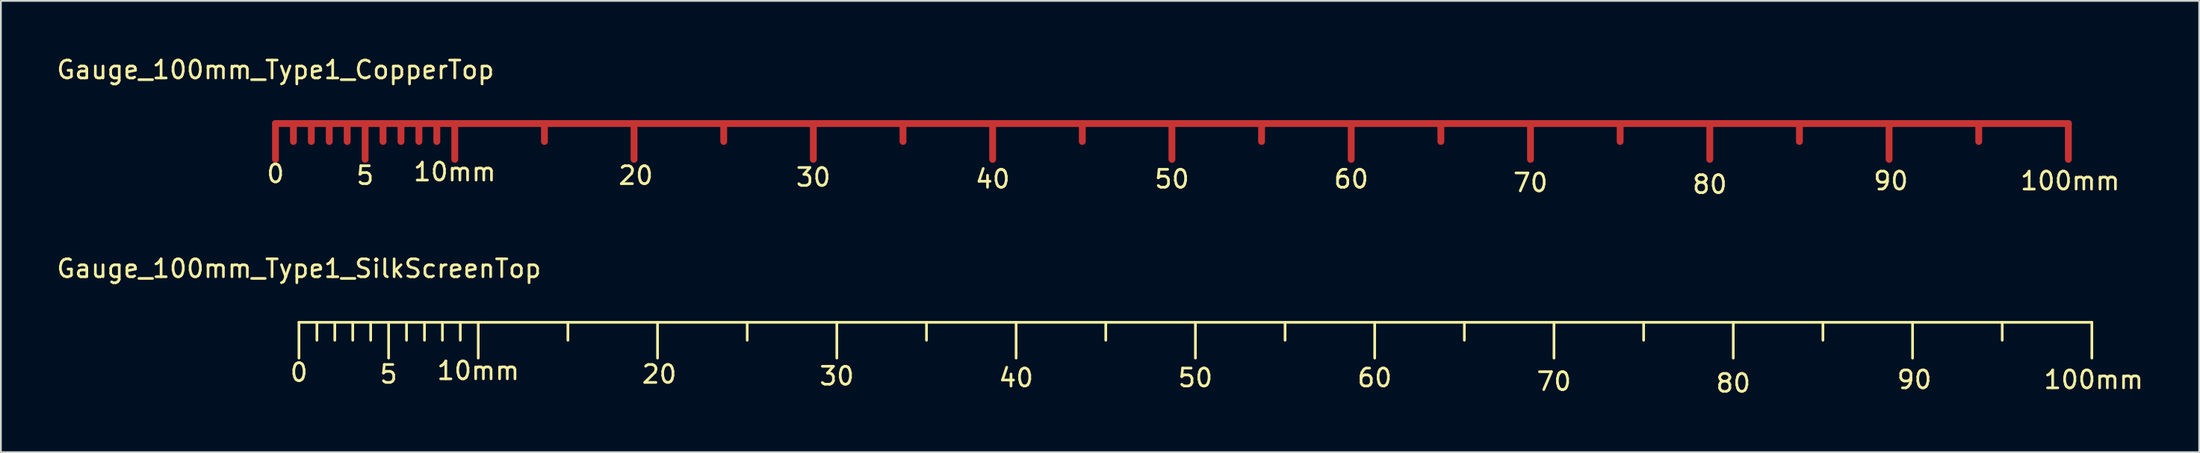
<source format=kicad_pcb>
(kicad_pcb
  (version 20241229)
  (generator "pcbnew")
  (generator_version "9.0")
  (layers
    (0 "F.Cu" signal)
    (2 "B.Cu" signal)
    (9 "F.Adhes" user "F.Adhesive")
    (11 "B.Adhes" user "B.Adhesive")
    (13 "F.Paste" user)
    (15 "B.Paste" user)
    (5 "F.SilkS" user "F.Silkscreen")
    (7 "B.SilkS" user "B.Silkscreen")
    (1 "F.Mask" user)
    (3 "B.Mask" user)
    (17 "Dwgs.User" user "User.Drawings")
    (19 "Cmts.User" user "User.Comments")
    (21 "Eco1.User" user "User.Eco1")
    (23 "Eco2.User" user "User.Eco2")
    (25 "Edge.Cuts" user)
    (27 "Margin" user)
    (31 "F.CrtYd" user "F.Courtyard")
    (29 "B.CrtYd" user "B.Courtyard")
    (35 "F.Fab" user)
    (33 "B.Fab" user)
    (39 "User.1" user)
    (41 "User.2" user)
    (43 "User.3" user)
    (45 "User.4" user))
  (footprint "Gauge_100mm_Type1_CopperTop"
    (layer "F.Cu")
    (at 12.315 3.848)
    (property "Reference" "Gauge_100mm_Type1_CopperTop" (at 0 -3 0) (layer "F.SilkS") (effects (font (size 1 1) (thickness 0.15))))
    (attr through_hole)
    (fp_line (start 0 0) (end 0 1.999) (stroke (width 0.381) (type solid)) (layer "F.Cu"))
    (fp_line (start 0 0) (end 10 0) (stroke (width 0.381) (type solid)) (layer "F.Cu"))
    (fp_line (start 1.001 0) (end 1.001 1.001) (stroke (width 0.381) (type solid)) (layer "F.Cu"))
    (fp_line (start 1.999 0) (end 1.999 1.001) (stroke (width 0.381) (type solid)) (layer "F.Cu"))
    (fp_line (start 3 0) (end 3 1.001) (stroke (width 0.381) (type solid)) (layer "F.Cu"))
    (fp_line (start 4 0) (end 4 1.001) (stroke (width 0.381) (type solid)) (layer "F.Cu"))
    (fp_line (start 5.001 0) (end 5.001 1.999) (stroke (width 0.381) (type solid)) (layer "F.Cu"))
    (fp_line (start 5.999 0) (end 5.999 1.001) (stroke (width 0.381) (type solid)) (layer "F.Cu"))
    (fp_line (start 7 0) (end 7 1.001) (stroke (width 0.381) (type solid)) (layer "F.Cu"))
    (fp_line (start 8.001 0) (end 8.001 1.001) (stroke (width 0.381) (type solid)) (layer "F.Cu"))
    (fp_line (start 8.999 0) (end 8.999 1.001) (stroke (width 0.381) (type solid)) (layer "F.Cu"))
    (fp_line (start 10 0) (end 10 1.999) (stroke (width 0.381) (type solid)) (layer "F.Cu"))
    (fp_line (start 10 0) (end 100 0) (stroke (width 0.381) (type solid)) (layer "F.Cu"))
    (fp_line (start 15.001 0) (end 15.001 1.001) (stroke (width 0.381) (type solid)) (layer "F.Cu"))
    (fp_line (start 20 0) (end 20 1.999) (stroke (width 0.381) (type solid)) (layer "F.Cu"))
    (fp_line (start 25.001 0) (end 25.001 1.001) (stroke (width 0.381) (type solid)) (layer "F.Cu"))
    (fp_line (start 30 0) (end 30 1.999) (stroke (width 0.381) (type solid)) (layer "F.Cu"))
    (fp_line (start 35.001 0) (end 35.001 1.001) (stroke (width 0.381) (type solid)) (layer "F.Cu"))
    (fp_line (start 40 0) (end 40 1.999) (stroke (width 0.381) (type solid)) (layer "F.Cu"))
    (fp_line (start 45.001 0) (end 45.001 1.001) (stroke (width 0.381) (type solid)) (layer "F.Cu"))
    (fp_line (start 50 0) (end 50 1.999) (stroke (width 0.381) (type solid)) (layer "F.Cu"))
    (fp_line (start 55.001 0) (end 55.001 1.001) (stroke (width 0.381) (type solid)) (layer "F.Cu"))
    (fp_line (start 60 0) (end 60 1.999) (stroke (width 0.381) (type solid)) (layer "F.Cu"))
    (fp_line (start 65.001 0) (end 65.001 1.001) (stroke (width 0.381) (type solid)) (layer "F.Cu"))
    (fp_line (start 70 0) (end 70 1.999) (stroke (width 0.381) (type solid)) (layer "F.Cu"))
    (fp_line (start 75.001 0) (end 75.001 1.001) (stroke (width 0.381) (type solid)) (layer "F.Cu"))
    (fp_line (start 80 0) (end 80 1.999) (stroke (width 0.381) (type solid)) (layer "F.Cu"))
    (fp_line (start 85.001 0) (end 85.001 1.001) (stroke (width 0.381) (type solid)) (layer "F.Cu"))
    (fp_line (start 90 0) (end 90 1.999) (stroke (width 0.381) (type solid)) (layer "F.Cu"))
    (fp_line (start 95.001 0) (end 95.001 1.001) (stroke (width 0.381) (type solid)) (layer "F.Cu"))
    (fp_line (start 100 0) (end 100 1.999) (stroke (width 0.381) (type solid)) (layer "F.Cu"))
    (fp_text user "0" (at 0 2.799 0) (layer "F.SilkS") (effects (font (size 1 1) (thickness 0.15))))
    (fp_text user "50" (at 50 3.101 0) (layer "F.SilkS") (effects (font (size 1 1) (thickness 0.15))))
    (fp_text user "70" (at 70 3.302 0) (layer "F.SilkS") (effects (font (size 1 1) (thickness 0.15))))
    (fp_text user "40" (at 40 3.101 0) (layer "F.SilkS") (effects (font (size 1 1) (thickness 0.15))))
    (fp_text user "20" (at 20.099 2.901 0) (layer "F.SilkS") (effects (font (size 1 1) (thickness 0.15))))
    (fp_text user "30" (at 30 3 0) (layer "F.SilkS") (effects (font (size 1 1) (thickness 0.15))))
    (fp_text user "100mm" (at 100.101 3.203 0) (layer "F.SilkS") (effects (font (size 1 1) (thickness 0.15))))
    (fp_text user "80" (at 80 3.401 0) (layer "F.SilkS") (effects (font (size 1 1) (thickness 0.15))))
    (fp_text user "10mm" (at 10 2.7 0) (layer "F.SilkS") (effects (font (size 1 1) (thickness 0.15))))
    (fp_text user "60" (at 60 3.101 0) (layer "F.SilkS") (effects (font (size 1 1) (thickness 0.15))))
    (fp_text user "90" (at 90.101 3.203 0) (layer "F.SilkS") (effects (font (size 1 1) (thickness 0.15))))
    (fp_text user "5" (at 4.999 2.901 0) (layer "F.SilkS") (effects (font (size 1 1) (thickness 0.15)))))
  (footprint "Gauge_100mm_Type1_SilkScreenTop"
    (layer "F.Cu")
    (at 13.625 14.945)
    (property "Reference" "Gauge_100mm_Type1_SilkScreenTop" (at 0 -3 0) (layer "F.SilkS") (effects (font (size 1 1) (thickness 0.15))))
    (attr through_hole)
    (fp_line (start 0 0) (end 0 1.999) (stroke (width 0.15) (type solid)) (layer "F.SilkS"))
    (fp_line (start 0 0) (end 10 0) (stroke (width 0.15) (type solid)) (layer "F.SilkS"))
    (fp_line (start 1.001 0) (end 1.001 1.001) (stroke (width 0.15) (type solid)) (layer "F.SilkS"))
    (fp_line (start 1.999 0) (end 1.999 1.001) (stroke (width 0.15) (type solid)) (layer "F.SilkS"))
    (fp_line (start 3 0) (end 3 1.001) (stroke (width 0.15) (type solid)) (layer "F.SilkS"))
    (fp_line (start 4 0) (end 4 1.001) (stroke (width 0.15) (type solid)) (layer "F.SilkS"))
    (fp_line (start 5.001 0) (end 5.001 1.999) (stroke (width 0.15) (type solid)) (layer "F.SilkS"))
    (fp_line (start 5.999 0) (end 5.999 1.001) (stroke (width 0.15) (type solid)) (layer "F.SilkS"))
    (fp_line (start 7 0) (end 7 1.001) (stroke (width 0.15) (type solid)) (layer "F.SilkS"))
    (fp_line (start 8.001 0) (end 8.001 1.001) (stroke (width 0.15) (type solid)) (layer "F.SilkS"))
    (fp_line (start 8.999 0) (end 8.999 1.001) (stroke (width 0.15) (type solid)) (layer "F.SilkS"))
    (fp_line (start 10 0) (end 10 1.999) (stroke (width 0.15) (type solid)) (layer "F.SilkS"))
    (fp_line (start 10 0) (end 100 0) (stroke (width 0.15) (type solid)) (layer "F.SilkS"))
    (fp_line (start 15.001 0) (end 15.001 1.001) (stroke (width 0.15) (type solid)) (layer "F.SilkS"))
    (fp_line (start 20 0) (end 20 1.999) (stroke (width 0.15) (type solid)) (layer "F.SilkS"))
    (fp_line (start 25.001 0) (end 25.001 1.001) (stroke (width 0.15) (type solid)) (layer "F.SilkS"))
    (fp_line (start 30 0) (end 30 1.999) (stroke (width 0.15) (type solid)) (layer "F.SilkS"))
    (fp_line (start 35.001 0) (end 35.001 1.001) (stroke (width 0.15) (type solid)) (layer "F.SilkS"))
    (fp_line (start 40 0) (end 40 1.999) (stroke (width 0.15) (type solid)) (layer "F.SilkS"))
    (fp_line (start 45.001 0) (end 45.001 1.001) (stroke (width 0.15) (type solid)) (layer "F.SilkS"))
    (fp_line (start 50 0) (end 50 1.999) (stroke (width 0.15) (type solid)) (layer "F.SilkS"))
    (fp_line (start 55.001 0) (end 55.001 1.001) (stroke (width 0.15) (type solid)) (layer "F.SilkS"))
    (fp_line (start 60 0) (end 60 1.999) (stroke (width 0.15) (type solid)) (layer "F.SilkS"))
    (fp_line (start 65.001 0) (end 65.001 1.001) (stroke (width 0.15) (type solid)) (layer "F.SilkS"))
    (fp_line (start 70 0) (end 70 1.999) (stroke (width 0.15) (type solid)) (layer "F.SilkS"))
    (fp_line (start 75.001 0) (end 75.001 1.001) (stroke (width 0.15) (type solid)) (layer "F.SilkS"))
    (fp_line (start 80 0) (end 80 1.999) (stroke (width 0.15) (type solid)) (layer "F.SilkS"))
    (fp_line (start 85.001 0) (end 85.001 1.001) (stroke (width 0.15) (type solid)) (layer "F.SilkS"))
    (fp_line (start 90 0) (end 90 1.999) (stroke (width 0.15) (type solid)) (layer "F.SilkS"))
    (fp_line (start 95.001 0) (end 95.001 1.001) (stroke (width 0.15) (type solid)) (layer "F.SilkS"))
    (fp_line (start 100 0) (end 100 1.999) (stroke (width 0.15) (type solid)) (layer "F.SilkS"))
    (fp_text user "20" (at 20.099 2.901 0) (layer "F.SilkS") (effects (font (size 1 1) (thickness 0.15))))
    (fp_text user "80" (at 80 3.401 0) (layer "F.SilkS") (effects (font (size 1 1) (thickness 0.15))))
    (fp_text user "90" (at 90.101 3.203 0) (layer "F.SilkS") (effects (font (size 1 1) (thickness 0.15))))
    (fp_text user "100mm" (at 100.101 3.203 0) (layer "F.SilkS") (effects (font (size 1 1) (thickness 0.15))))
    (fp_text user "5" (at 4.999 2.901 0) (layer "F.SilkS") (effects (font (size 1 1) (thickness 0.15))))
    (fp_text user "0" (at 0 2.799 0) (layer "F.SilkS") (effects (font (size 1 1) (thickness 0.15))))
    (fp_text user "70" (at 70 3.302 0) (layer "F.SilkS") (effects (font (size 1 1) (thickness 0.15))))
    (fp_text user "40" (at 40 3.101 0) (layer "F.SilkS") (effects (font (size 1 1) (thickness 0.15))))
    (fp_text user "50" (at 50 3.101 0) (layer "F.SilkS") (effects (font (size 1 1) (thickness 0.15))))
    (fp_text user "10mm" (at 10 2.7 0) (layer "F.SilkS") (effects (font (size 1 1) (thickness 0.15))))
    (fp_text user "30" (at 30 3 0) (layer "F.SilkS") (effects (font (size 1 1) (thickness 0.15))))
    (fp_text user "60" (at 60 3.101 0) (layer "F.SilkS") (effects (font (size 1 1) (thickness 0.15)))))
  (gr_rect
    (start -3 -3)
    (end 119.613 22.195)
    (stroke (width 0.1) (type default))
    (fill no)
    (layer "Edge.Cuts")))
</source>
